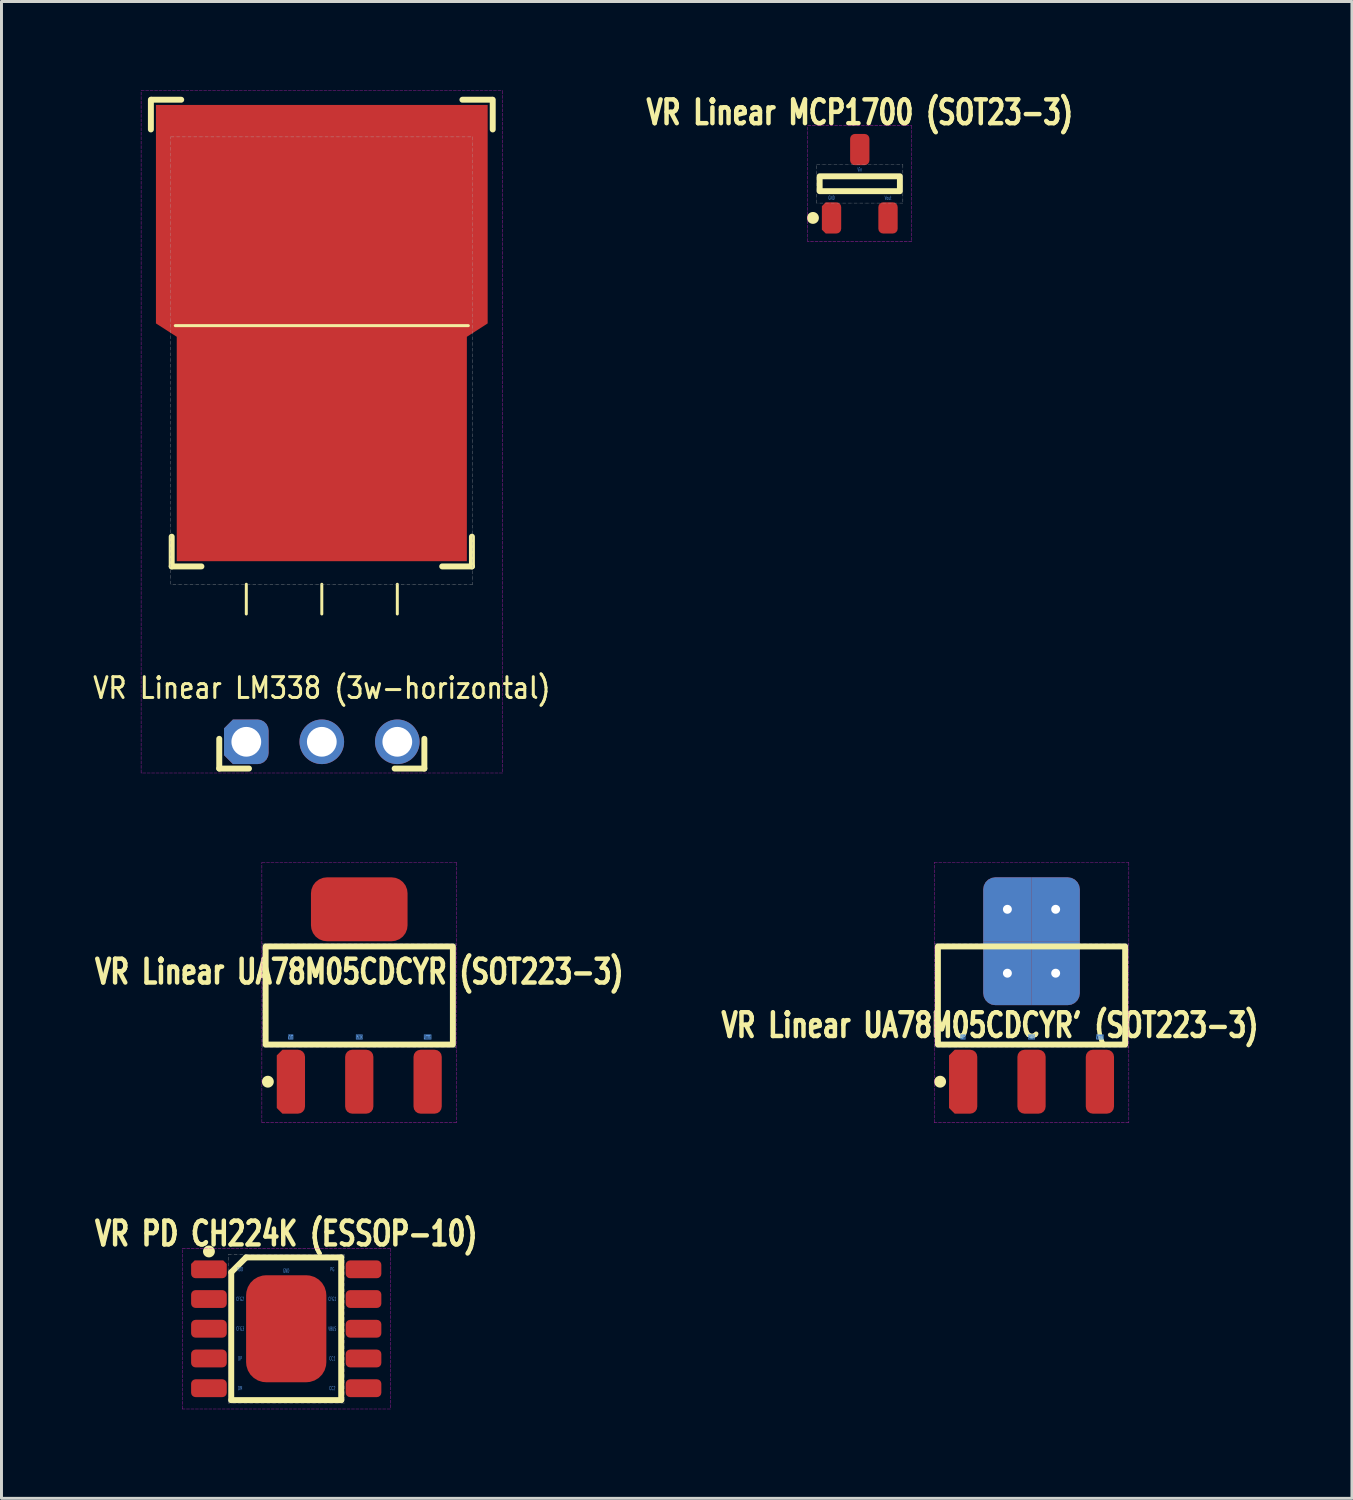
<source format=kicad_pcb>
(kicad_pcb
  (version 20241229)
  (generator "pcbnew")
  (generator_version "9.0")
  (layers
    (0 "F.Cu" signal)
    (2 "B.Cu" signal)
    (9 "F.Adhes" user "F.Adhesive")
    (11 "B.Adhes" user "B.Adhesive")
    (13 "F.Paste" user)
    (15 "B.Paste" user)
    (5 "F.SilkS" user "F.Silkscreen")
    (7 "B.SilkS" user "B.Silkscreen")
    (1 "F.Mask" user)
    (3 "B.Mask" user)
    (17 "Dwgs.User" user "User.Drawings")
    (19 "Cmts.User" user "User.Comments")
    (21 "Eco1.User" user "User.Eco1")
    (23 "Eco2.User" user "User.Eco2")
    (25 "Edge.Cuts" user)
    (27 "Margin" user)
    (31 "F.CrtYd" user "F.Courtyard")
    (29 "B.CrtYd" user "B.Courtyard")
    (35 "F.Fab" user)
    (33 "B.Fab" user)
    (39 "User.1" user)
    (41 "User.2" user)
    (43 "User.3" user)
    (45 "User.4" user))
  (footprint "VR Linear UA78M05CDCYR (SOT223-3)"
    (layer "F.Cu")
    (at 9.036 30.44)
    (property "Reference" "VR Linear UA78M05CDCYR (SOT223-3)" (at 0 -0.8 0) (layer "F.SilkS") (effects (font (size 0.8 0.6) (thickness 0.15))))
    (attr smd)
    (fp_rect (start -3.15 -1.65) (end 3.15 1.65) (stroke (width 0.2) (type default)) (fill no) (layer "F.SilkS"))
    (fp_circle (center -3.075 2.9) (end -2.925 2.9) (stroke (width 0.1) (type solid)) (fill yes) (layer "F.SilkS"))
    (fp_rect (start -3.275 -4.475) (end 3.275 4.275) (stroke (width 0.01) (type dash)) (fill no) (layer "F.CrtYd"))
    (fp_rect (start -3.25 -1.75) (end 3.25 1.75) (stroke (width 0.01) (type dash_dot)) (fill no) (layer "F.Fab"))
    (fp_text user "GND" (at 0 1.4 0) (layer "Cmts.User" knockout) (effects (font (size 0.13 0.07) (thickness 0.01) (bold yes))))
    (fp_text user "Vout" (at 2.3 1.4 0) (layer "Cmts.User" knockout) (effects (font (size 0.13 0.07) (thickness 0.01) (bold yes))))
    (fp_text user "Vin" (at -2.3 1.4 0) (layer "Cmts.User" knockout) (effects (font (size 0.13 0.07) (thickness 0.01) (bold yes))))
    (pad "1" smd roundrect (at -2.3 2.9) (size 0.95 2.15) (layers "F.Cu" "F.Mask" "F.Paste") (roundrect_rratio 0.25) (chamfer_ratio 0.2) (chamfer top_left bottom_left))
    (pad "2" smd roundrect (at 0 -2.9) (size 3.25 2.15) (layers "F.Cu" "F.Mask" "F.Paste") (roundrect_rratio 0.25))
    (pad "2" smd roundrect (at 0 2.9) (size 0.95 2.15) (layers "F.Cu" "F.Mask" "F.Paste") (roundrect_rratio 0.25) (chamfer_ratio 0.2) (chamfer))
    (pad "3" smd roundrect (at 2.3 2.9) (size 0.95 2.15) (layers "F.Cu" "F.Mask" "F.Paste") (roundrect_rratio 0.25) (chamfer_ratio 0.2) (chamfer)))
  (footprint "VR Linear LM338 (3w-horizontal)"
    (layer "F.Cu")
    (at 7.776 21.905)
    (property "Reference" "VR Linear LM338 (3w-horizontal)" (at 0 -1.4 0) (unlocked yes) (layer "F.SilkS") (effects (font (size 0.7 0.6) (thickness 0.1)) (justify bottom)))
    (attr through_hole)
    (fp_line (start -5.75 -21.6) (end -5.75 -20.6) (stroke (width 0.2) (type default)) (layer "F.SilkS"))
    (fp_line (start -5.05 -6.9) (end -5.05 -5.9) (stroke (width 0.2) (type default)) (layer "F.SilkS"))
    (fp_line (start -4.73 -21.6) (end -5.73 -21.6) (stroke (width 0.2) (type default)) (layer "F.SilkS"))
    (fp_line (start -4.05 -5.9) (end -5.05 -5.9) (stroke (width 0.2) (type default)) (layer "F.SilkS"))
    (fp_line (start -3.45 -0.1) (end -3.45 0.9) (stroke (width 0.2) (type default)) (layer "F.SilkS"))
    (fp_line (start -2.54 -4.3) (end -2.54 -5.3) (stroke (width 0.1) (type default)) (layer "F.SilkS"))
    (fp_line (start -2.45 0.9) (end -3.45 0.9) (stroke (width 0.2) (type default)) (layer "F.SilkS"))
    (fp_line (start 0 -4.3) (end 0 -5.3) (stroke (width 0.1) (type default)) (layer "F.SilkS"))
    (fp_line (start 2.45 0.9) (end 3.45 0.9) (stroke (width 0.2) (type default)) (layer "F.SilkS"))
    (fp_line (start 2.54 -4.3) (end 2.54 -5.3) (stroke (width 0.1) (type default)) (layer "F.SilkS"))
    (fp_line (start 3.45 -0.1) (end 3.45 0.9) (stroke (width 0.2) (type default)) (layer "F.SilkS"))
    (fp_line (start 4.05 -5.9) (end 5.05 -5.9) (stroke (width 0.2) (type default)) (layer "F.SilkS"))
    (fp_line (start 4.73 -21.6) (end 5.73 -21.6) (stroke (width 0.2) (type default)) (layer "F.SilkS"))
    (fp_line (start 4.93 -14) (end -4.93 -14) (stroke (width 0.1) (type default)) (layer "F.SilkS"))
    (fp_line (start 5.05 -6.9) (end 5.05 -5.9) (stroke (width 0.2) (type default)) (layer "F.SilkS"))
    (fp_line (start 5.75 -21.6) (end 5.75 -20.6) (stroke (width 0.2) (type default)) (layer "F.SilkS"))
    (fp_rect (start -6.08 -21.9) (end 6.08 1.05) (stroke (width 0.01) (type dash)) (fill no) (layer "F.CrtYd"))
    (fp_rect (start -5.08 -20.35) (end 5.08 -5.301) (stroke (width 0.01) (type dash_dot)) (fill no) (layer "F.Fab"))
    (fp_text user "+Vout" (at 2.54 -1 0) (unlocked yes) (layer "User.7") (effects (font (size 0.13 0.07) (thickness 0.014) (bold yes)) (justify top)))
    (fp_text user "ADJ" (at 0 -1 0) (unlocked yes) (layer "User.7") (effects (font (size 0.13 0.07) (thickness 0.014) (bold yes)) (justify top)))
    (fp_text user "+Vin" (at -2.54 -1 0) (unlocked yes) (layer "User.7") (effects (font (size 0.13 0.07) (thickness 0.014) (bold yes)) (justify top)))
    (pad "1" thru_hole roundrect (at -2.54 0) (size 1.5 1.5) (drill 1) (layers "*.Cu" "F.Mask") (roundrect_rratio 0.25) (chamfer_ratio 0.2) (chamfer top_left bottom_left))
    (pad "2" thru_hole circle (at 0 0) (size 1.5 1.5) (drill 1) (layers "*.Cu" "F.Mask"))
    (pad "3" thru_hole circle (at 2.54 0) (size 1.5 1.5) (drill 1) (layers "*.Cu" "F.Mask"))
    (pad "4" smd custom (at 0 -17.75) (size 11.16 7.35) (layers "F.Cu" "F.Mask" "F.Paste") (options (anchor rect)) (primitives (gr_poly (pts (xy -5.58 3.675) (xy 5.58 3.675) (xy 4.88 4.125) (xy 4.88 11.675) (xy -4.88 11.675) (xy -4.88 4.125)) (width 0) (fill yes)))))
  (footprint "VR Linear MCP1700 (SOT23-3)"
    (layer "F.Cu")
    (at 25.874 3.131)
    (property "Reference" "VR Linear MCP1700 (SOT23-3)" (at 0 -2.4 0) (unlocked yes) (layer "F.SilkS") (effects (font (size 0.8 0.6) (thickness 0.15))))
    (attr smd)
    (fp_rect (start -1.35 -0.25) (end 1.35 0.25) (stroke (width 0.2) (type default)) (fill no) (layer "F.SilkS"))
    (fp_circle (center -1.575 1.15) (end -1.425 1.15) (stroke (width 0.1) (type solid)) (fill yes) (layer "F.SilkS"))
    (fp_rect (start -1.75 -1.95) (end 1.75 1.95) (stroke (width 0.01) (type dash)) (fill no) (layer "F.CrtYd"))
    (fp_rect (start -1.45 -0.65) (end 1.45 0.65) (stroke (width 0.01) (type dash_dot)) (fill no) (layer "F.Fab"))
    (fp_text user "GND" (at -0.95 0.4 0) (unlocked yes) (layer "Cmts.User") (effects (font (size 0.13 0.07) (thickness 0.01) (bold yes)) (justify top)))
    (fp_text user "Vin" (at 0 -0.4 0) (unlocked yes) (layer "Cmts.User") (effects (font (size 0.13 0.07) (thickness 0.01) (bold yes)) (justify bottom)))
    (fp_text user "Vout" (at 0.95 0.4 0) (unlocked yes) (layer "Cmts.User") (effects (font (size 0.13 0.07) (thickness 0.01) (bold yes)) (justify top)))
    (pad "1" smd roundrect (at -0.95 1.15) (size 0.65 1.05) (layers "F.Cu" "F.Mask" "F.Paste") (roundrect_rratio 0.25) (chamfer_ratio 0.2) (chamfer top_left bottom_left))
    (pad "2" smd roundrect (at 0.95 1.15) (size 0.65 1.05) (layers "F.Cu" "F.Mask" "F.Paste") (roundrect_rratio 0.25))
    (pad "3" smd roundrect (at 0 -1.15) (size 0.65 1.05) (layers "F.Cu" "F.Mask" "F.Paste") (roundrect_rratio 0.25)))
  (footprint "VR Linear UA78M05CDCYR' (SOT223-3)"
    (layer "F.Cu")
    (at 31.652 30.44)
    (property "Reference" "VR Linear UA78M05CDCYR' (SOT223-3)" (at -1.4 1 0) (layer "F.SilkS") (effects (font (size 0.8 0.6) (thickness 0.15))))
    (attr smd)
    (fp_rect (start -3.15 -1.65) (end 3.15 1.65) (stroke (width 0.2) (type default)) (fill no) (layer "F.SilkS"))
    (fp_circle (center -3.075 2.9) (end -2.925 2.9) (stroke (width 0.1) (type solid)) (fill yes) (layer "F.SilkS"))
    (fp_rect (start -3.275 -4.475) (end 3.275 4.275) (stroke (width 0.01) (type dash)) (fill no) (layer "F.CrtYd"))
    (fp_rect (start -3.25 -1.75) (end 3.25 1.75) (stroke (width 0.01) (type dash_dot)) (fill no) (layer "F.Fab"))
    (fp_text user "Vin" (at -2.3 1.4 0) (layer "Cmts.User" knockout) (effects (font (size 0.13 0.07) (thickness 0.01) (bold yes))))
    (fp_text user "Vout" (at 2.3 1.4 0) (layer "Cmts.User" knockout) (effects (font (size 0.13 0.07) (thickness 0.01) (bold yes))))
    (fp_text user "GND" (at 0 1.4 0) (layer "Cmts.User" knockout) (effects (font (size 0.13 0.07) (thickness 0.01) (bold yes))))
    (pad "1" smd roundrect (at -2.3 2.9) (size 0.95 2.15) (layers "F.Cu" "F.Mask" "F.Paste") (roundrect_rratio 0.25) (chamfer_ratio 0.2) (chamfer top_left bottom_left))
    (pad "2" thru_hole roundrect (at -0.812 -2.9) (size 1.625 2.15) (drill 0.3) (layers "*.Cu" "F.Mask" "F.Paste") (roundrect_rratio 0.25) (chamfer_ratio 0) (chamfer top_right bottom_left bottom_right))
    (pad "2" thru_hole roundrect (at -0.812 -0.75) (size 1.625 2.15) (drill 0.3) (layers "*.Cu") (roundrect_rratio 0.25) (chamfer_ratio 0) (chamfer top_left top_right bottom_right))
    (pad "2" smd roundrect (at 0 2.9) (size 0.95 2.15) (layers "F.Cu" "F.Mask" "F.Paste") (roundrect_rratio 0.25) (chamfer_ratio 0.2) (chamfer))
    (pad "2" thru_hole roundrect (at 0.812 -2.9) (size 1.625 2.15) (drill 0.3) (layers "*.Cu" "F.Mask" "F.Paste") (roundrect_rratio 0.25) (chamfer_ratio 0) (chamfer top_left bottom_left bottom_right))
    (pad "2" thru_hole roundrect (at 0.812 -0.75) (size 1.625 2.15) (drill 0.3) (layers "*.Cu") (roundrect_rratio 0.25) (chamfer_ratio 0) (chamfer top_left top_right bottom_left))
    (pad "3" smd roundrect (at 2.3 2.9) (size 0.95 2.15) (layers "F.Cu" "F.Mask" "F.Paste") (roundrect_rratio 0.25) (chamfer_ratio 0.2) (chamfer)))
  (footprint "VR PD CH224K (ESSOP-10)"
    (layer "F.Cu")
    (at 6.579 41.651)
    (property "Reference" "VR PD CH224K (ESSOP-10)" (at 0 -3.2 0) (unlocked yes) (layer "F.SilkS") (effects (font (size 0.8 0.6) (thickness 0.15))))
    (attr smd)
    (fp_line (start -1.85 -1.9) (end -1.35 -2.4) (stroke (width 0.2) (type default)) (layer "F.SilkS"))
    (fp_line (start -1.85 2.4) (end -1.85 -1.9) (stroke (width 0.2) (type default)) (layer "F.SilkS"))
    (fp_line (start -1.35 -2.4) (end 1.85 -2.4) (stroke (width 0.2) (type default)) (layer "F.SilkS"))
    (fp_line (start 1.85 -2.4) (end 1.85 2.4) (stroke (width 0.2) (type default)) (layer "F.SilkS"))
    (fp_line (start 1.85 2.4) (end -1.85 2.4) (stroke (width 0.2) (type default)) (layer "F.SilkS"))
    (fp_circle (center -2.6 -2.6) (end -2.45 -2.6) (stroke (width 0.1) (type solid)) (fill yes) (layer "F.SilkS"))
    (fp_rect (start -3.5 -2.7) (end 3.5 2.7) (stroke (width 0.01) (type dash)) (fill no) (layer "F.CrtYd"))
    (fp_rect (start -1.95 -2.5) (end 1.95 2.5) (stroke (width 0.01) (type dash_dot)) (fill no) (layer "F.Fab"))
    (fp_text user "CFG3" (at -1.55 0 0) (layer "Cmts.User") (effects (font (size 0.13 0.07) (thickness 0.01) (bold yes))))
    (fp_text user "CC1" (at 1.55 1 0) (layer "Cmts.User") (effects (font (size 0.13 0.07) (thickness 0.01) (bold yes))))
    (fp_text user "VDD" (at -1.55 -2 0) (layer "Cmts.User") (effects (font (size 0.13 0.07) (thickness 0.01) (bold yes))))
    (fp_text user "DP" (at -1.55 1 0) (layer "Cmts.User") (effects (font (size 0.13 0.07) (thickness 0.01) (bold yes))))
    (fp_text user "CC2" (at 1.55 2 0) (layer "Cmts.User") (effects (font (size 0.13 0.07) (thickness 0.01) (bold yes))))
    (fp_text user "CFG2" (at -1.55 -1 0) (layer "Cmts.User") (effects (font (size 0.13 0.07) (thickness 0.01) (bold yes))))
    (fp_text user "DM" (at -1.55 2 0) (layer "Cmts.User") (effects (font (size 0.13 0.07) (thickness 0.01) (bold yes))))
    (fp_text user "VBUS" (at 1.55 0 0) (layer "Cmts.User") (effects (font (size 0.13 0.07) (thickness 0.01) (bold yes))))
    (fp_text user "GND" (at 0 -1.95 0) (layer "Cmts.User") (effects (font (size 0.13 0.07) (thickness 0.01) (bold yes))))
    (fp_text user "PG" (at 1.55 -2 0) (layer "Cmts.User") (effects (font (size 0.13 0.07) (thickness 0.01) (bold yes))))
    (fp_text user "CFG1" (at 1.55 -1 0) (layer "Cmts.User") (effects (font (size 0.13 0.07) (thickness 0.01) (bold yes))))
    (pad "1" smd roundrect (at -2.6 -2) (size 1.2 0.6) (layers "F.Cu" "F.Mask" "F.Paste") (roundrect_rratio 0.25) (chamfer_ratio 0.2) (chamfer top_left top_right))
    (pad "2" smd roundrect (at -2.6 -1) (size 1.2 0.6) (layers "F.Cu" "F.Mask" "F.Paste") (roundrect_rratio 0.25))
    (pad "3" smd roundrect (at -2.6 0) (size 1.2 0.6) (layers "F.Cu" "F.Mask" "F.Paste") (roundrect_rratio 0.25))
    (pad "4" smd roundrect (at -2.6 1) (size 1.2 0.6) (layers "F.Cu" "F.Mask" "F.Paste") (roundrect_rratio 0.25))
    (pad "5" smd roundrect (at -2.6 2) (size 1.2 0.6) (layers "F.Cu" "F.Mask" "F.Paste") (roundrect_rratio 0.25))
    (pad "6" smd roundrect (at 2.6 2) (size 1.2 0.6) (layers "F.Cu" "F.Mask" "F.Paste") (roundrect_rratio 0.25))
    (pad "7" smd roundrect (at 2.6 1) (size 1.2 0.6) (layers "F.Cu" "F.Mask" "F.Paste") (roundrect_rratio 0.25))
    (pad "8" smd roundrect (at 2.6 0) (size 1.2 0.6) (layers "F.Cu" "F.Mask" "F.Paste") (roundrect_rratio 0.25))
    (pad "9" smd roundrect (at 2.6 -1) (size 1.2 0.6) (layers "F.Cu" "F.Mask" "F.Paste") (roundrect_rratio 0.25))
    (pad "10" smd roundrect (at 2.6 -2) (size 1.2 0.6) (layers "F.Cu" "F.Mask" "F.Paste") (roundrect_rratio 0.25))
    (pad "11" smd roundrect (at 0 0) (size 2.7 3.6) (layers "F.Cu" "F.Mask" "F.Paste") (roundrect_rratio 0.25)))
  (gr_rect
    (start -3 -3)
    (end 42.431 47.356)
    (stroke (width 0.1) (type default))
    (fill no)
    (layer "Edge.Cuts")))
</source>
